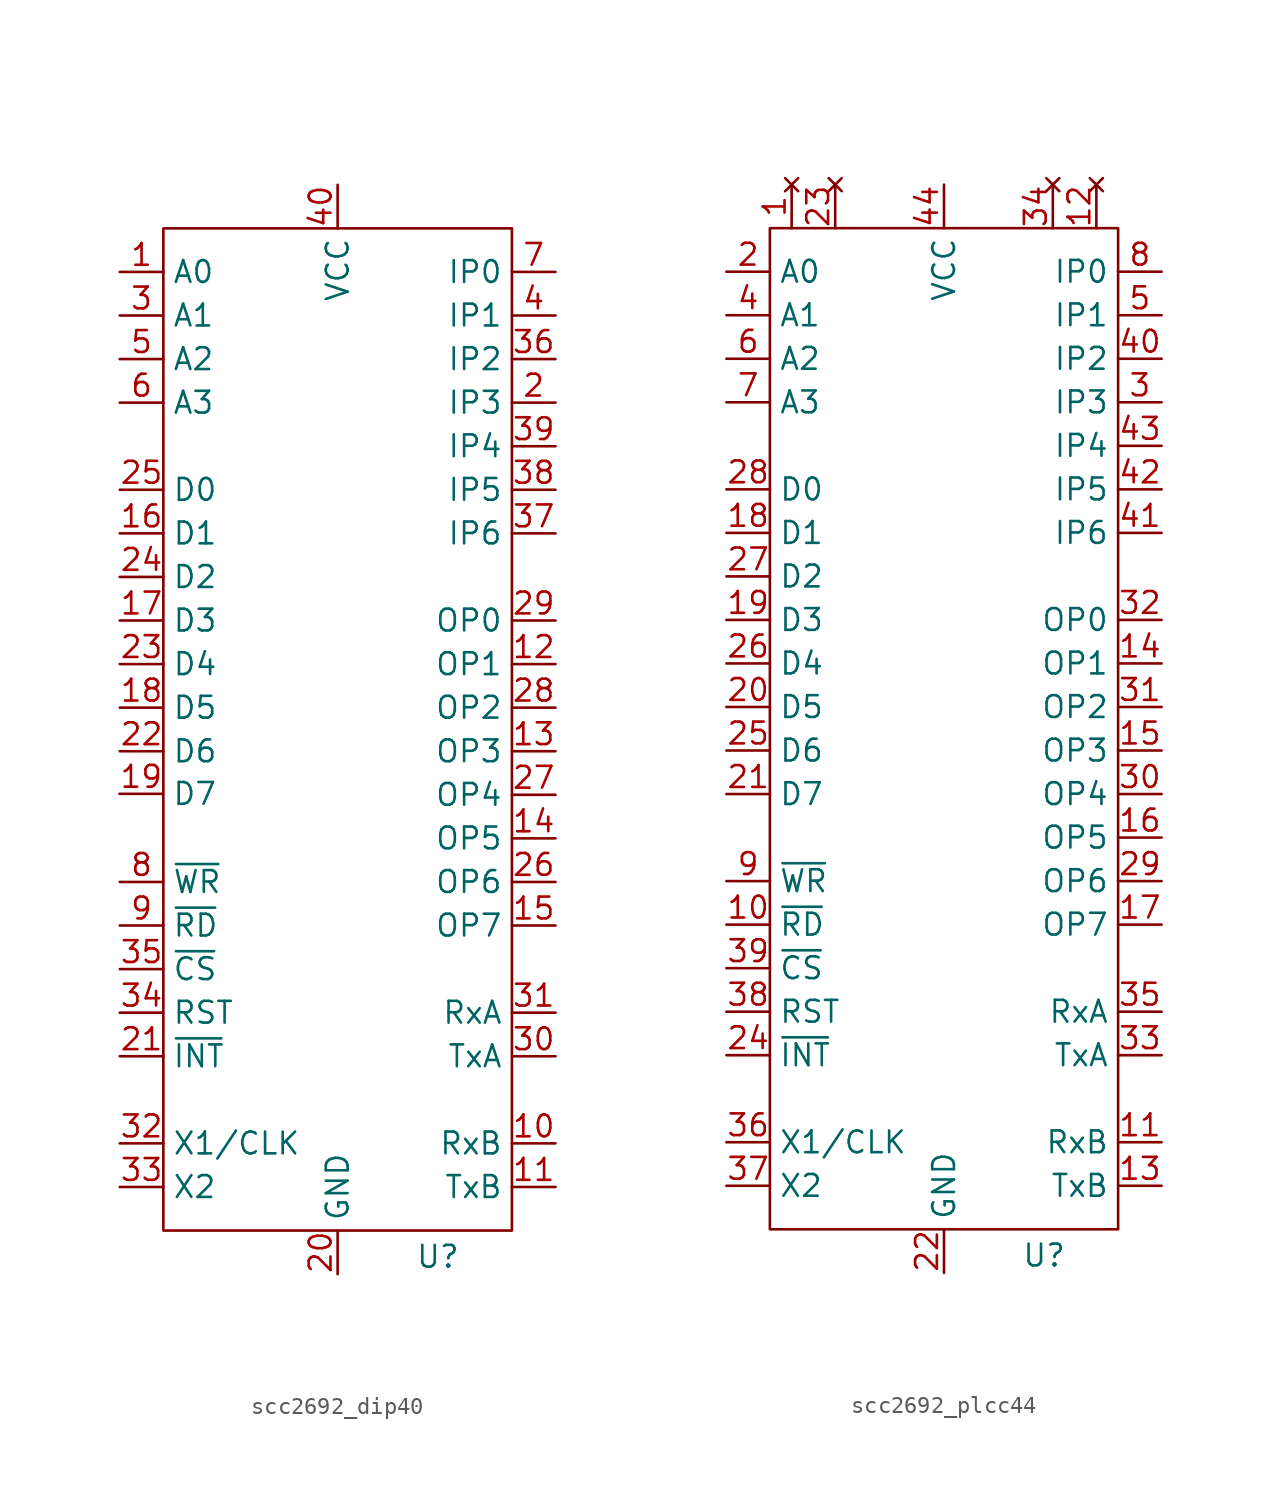
<source format=kicad_sym>
(kicad_symbol_lib
  (version 20231120)
  (generator "kicad_symbol_editor")
  (generator_version "8.0")
  (symbol "scc2692_dip40"
    (property "Reference" "U"
      (at 5.842 -0.254 0)
      (effects (font (size 1.27 1.27))))
    (property "Value" ""
      (at 0 0 0)
      (effects (font (size 1.27 1.27))))
    (symbol "scc2692_dip40_0_1"
      (rectangle (start -10.16 59.69) (end 10.16 1.27) (stroke (width 0) (type default)) (fill (type none))))
    (symbol "scc2692_dip40_1_1"
      (pin input line (at -12.7 57.15 0) (length 2.54) (name "A0" (effects (font (size 1.27 1.27)))) (number "1" (effects (font (size 1.27 1.27)))))
      (pin input line (at 12.7 6.35 180) (length 2.54) (name "RxB" (effects (font (size 1.27 1.27)))) (number "10" (effects (font (size 1.27 1.27)))))
      (pin output line (at 12.7 3.81 180) (length 2.54) (name "TxB" (effects (font (size 1.27 1.27)))) (number "11" (effects (font (size 1.27 1.27)))))
      (pin output line (at 12.7 34.29 180) (length 2.54) (name "OP1" (effects (font (size 1.27 1.27)))) (number "12" (effects (font (size 1.27 1.27)))))
      (pin output line (at 12.7 29.21 180) (length 2.54) (name "OP3" (effects (font (size 1.27 1.27)))) (number "13" (effects (font (size 1.27 1.27)))))
      (pin output line (at 12.7 24.13 180) (length 2.54) (name "OP5" (effects (font (size 1.27 1.27)))) (number "14" (effects (font (size 1.27 1.27)))))
      (pin output line (at 12.7 19.05 180) (length 2.54) (name "OP7" (effects (font (size 1.27 1.27)))) (number "15" (effects (font (size 1.27 1.27)))))
      (pin bidirectional line (at -12.7 41.91 0) (length 2.54) (name "D1" (effects (font (size 1.27 1.27)))) (number "16" (effects (font (size 1.27 1.27)))))
      (pin bidirectional line (at -12.7 36.83 0) (length 2.54) (name "D3" (effects (font (size 1.27 1.27)))) (number "17" (effects (font (size 1.27 1.27)))))
      (pin bidirectional line (at -12.7 31.75 0) (length 2.54) (name "D5" (effects (font (size 1.27 1.27)))) (number "18" (effects (font (size 1.27 1.27)))))
      (pin bidirectional line (at -12.715 26.727 0) (length 2.54) (name "D7" (effects (font (size 1.27 1.27)))) (number "19" (effects (font (size 1.27 1.27)))))
      (pin input line (at 12.7 49.53 180) (length 2.54) (name "IP3" (effects (font (size 1.27 1.27)))) (number "2" (effects (font (size 1.27 1.27)))))
      (pin power_in line (at 0 -1.27 90) (length 2.54) (name "GND" (effects (font (size 1.27 1.27)))) (number "20" (effects (font (size 1.27 1.27)))))
      (pin output line (at -12.7 11.43 0) (length 2.54) (name "~{INT}" (effects (font (size 1.27 1.27)))) (number "21" (effects (font (size 1.27 1.27)))))
      (pin bidirectional line (at -12.7 29.21 0) (length 2.54) (name "D6" (effects (font (size 1.27 1.27)))) (number "22" (effects (font (size 1.27 1.27)))))
      (pin bidirectional line (at -12.7 34.29 0) (length 2.54) (name "D4" (effects (font (size 1.27 1.27)))) (number "23" (effects (font (size 1.27 1.27)))))
      (pin bidirectional line (at -12.7 39.37 0) (length 2.54) (name "D2" (effects (font (size 1.27 1.27)))) (number "24" (effects (font (size 1.27 1.27)))))
      (pin bidirectional line (at -12.7 44.45 0) (length 2.54) (name "D0" (effects (font (size 1.27 1.27)))) (number "25" (effects (font (size 1.27 1.27)))))
      (pin output line (at 12.7 21.59 180) (length 2.54) (name "OP6" (effects (font (size 1.27 1.27)))) (number "26" (effects (font (size 1.27 1.27)))))
      (pin output line (at 12.7 26.67 180) (length 2.54) (name "OP4" (effects (font (size 1.27 1.27)))) (number "27" (effects (font (size 1.27 1.27)))))
      (pin output line (at 12.7 31.75 180) (length 2.54) (name "OP2" (effects (font (size 1.27 1.27)))) (number "28" (effects (font (size 1.27 1.27)))))
      (pin output line (at 12.7 36.83 180) (length 2.54) (name "OP0" (effects (font (size 1.27 1.27)))) (number "29" (effects (font (size 1.27 1.27)))))
      (pin input line (at -12.7 54.61 0) (length 2.54) (name "A1" (effects (font (size 1.27 1.27)))) (number "3" (effects (font (size 1.27 1.27)))))
      (pin output line (at 12.7 11.43 180) (length 2.54) (name "TxA" (effects (font (size 1.27 1.27)))) (number "30" (effects (font (size 1.27 1.27)))))
      (pin input line (at 12.7 13.97 180) (length 2.54) (name "RxA" (effects (font (size 1.27 1.27)))) (number "31" (effects (font (size 1.27 1.27)))))
      (pin input line (at -12.7 6.35 0) (length 2.54) (name "X1/CLK" (effects (font (size 1.27 1.27)))) (number "32" (effects (font (size 1.27 1.27)))))
      (pin input line (at -12.7 3.81 0) (length 2.54) (name "X2" (effects (font (size 1.27 1.27)))) (number "33" (effects (font (size 1.27 1.27)))))
      (pin input line (at -12.7 13.97 0) (length 2.54) (name "RST" (effects (font (size 1.27 1.27)))) (number "34" (effects (font (size 1.27 1.27)))))
      (pin input line (at -12.7 16.51 0) (length 2.54) (name "~{CS}" (effects (font (size 1.27 1.27)))) (number "35" (effects (font (size 1.27 1.27)))))
      (pin input line (at 12.7 52.07 180) (length 2.54) (name "IP2" (effects (font (size 1.27 1.27)))) (number "36" (effects (font (size 1.27 1.27)))))
      (pin bidirectional line (at 12.7 41.91 180) (length 2.54) (name "IP6" (effects (font (size 1.27 1.27)))) (number "37" (effects (font (size 1.27 1.27)))))
      (pin bidirectional line (at 12.7 44.45 180) (length 2.54) (name "IP5" (effects (font (size 1.27 1.27)))) (number "38" (effects (font (size 1.27 1.27)))))
      (pin bidirectional line (at 12.7 46.99 180) (length 2.54) (name "IP4" (effects (font (size 1.27 1.27)))) (number "39" (effects (font (size 1.27 1.27)))))
      (pin input line (at 12.7 54.61 180) (length 2.54) (name "IP1" (effects (font (size 1.27 1.27)))) (number "4" (effects (font (size 1.27 1.27)))))
      (pin power_in line (at 0 62.23 270) (length 2.54) (name "VCC" (effects (font (size 1.27 1.27)))) (number "40" (effects (font (size 1.27 1.27)))))
      (pin input line (at -12.7 52.07 0) (length 2.54) (name "A2" (effects (font (size 1.27 1.27)))) (number "5" (effects (font (size 1.27 1.27)))))
      (pin input line (at -12.7 49.53 0) (length 2.54) (name "A3" (effects (font (size 1.27 1.27)))) (number "6" (effects (font (size 1.27 1.27)))))
      (pin input line (at 12.7 57.15 180) (length 2.54) (name "IP0" (effects (font (size 1.27 1.27)))) (number "7" (effects (font (size 1.27 1.27)))))
      (pin input line (at -12.7 21.59 0) (length 2.54) (name "~{WR}" (effects (font (size 1.27 1.27)))) (number "8" (effects (font (size 1.27 1.27)))))
      (pin input line (at -12.7 19.05 0) (length 2.54) (name "~{RD}" (effects (font (size 1.27 1.27)))) (number "9" (effects (font (size 1.27 1.27)))))))
  (symbol "scc2692_plcc44"
    (property "Reference" "U"
      (at 5.842 -0.254 0)
      (effects (font (size 1.27 1.27))))
    (property "Value" ""
      (at 0 0 0)
      (effects (font (size 1.27 1.27))))
    (symbol "scc2692_plcc44_0_1"
      (rectangle (start -10.16 59.69) (end 10.16 1.27) (stroke (width 0) (type default)) (fill (type none))))
    (symbol "scc2692_plcc44_1_1"
      (pin no_connect line (at -8.89 62.23 270) (length 2.54) (name "" (effects (font (size 1.27 1.27)))) (number "1" (effects (font (size 1.27 1.27)))))
      (pin input line (at -12.7 19.05 0) (length 2.54) (name "~{RD}" (effects (font (size 1.27 1.27)))) (number "10" (effects (font (size 1.27 1.27)))))
      (pin input line (at 12.7 6.35 180) (length 2.54) (name "RxB" (effects (font (size 1.27 1.27)))) (number "11" (effects (font (size 1.27 1.27)))))
      (pin no_connect line (at 8.89 62.23 270) (length 2.54) (name "" (effects (font (size 1.27 1.27)))) (number "12" (effects (font (size 1.27 1.27)))))
      (pin output line (at 12.7 3.81 180) (length 2.54) (name "TxB" (effects (font (size 1.27 1.27)))) (number "13" (effects (font (size 1.27 1.27)))))
      (pin output line (at 12.7 34.29 180) (length 2.54) (name "OP1" (effects (font (size 1.27 1.27)))) (number "14" (effects (font (size 1.27 1.27)))))
      (pin output line (at 12.7 29.21 180) (length 2.54) (name "OP3" (effects (font (size 1.27 1.27)))) (number "15" (effects (font (size 1.27 1.27)))))
      (pin output line (at 12.7 24.13 180) (length 2.54) (name "OP5" (effects (font (size 1.27 1.27)))) (number "16" (effects (font (size 1.27 1.27)))))
      (pin output line (at 12.7 19.05 180) (length 2.54) (name "OP7" (effects (font (size 1.27 1.27)))) (number "17" (effects (font (size 1.27 1.27)))))
      (pin bidirectional line (at -12.7 41.91 0) (length 2.54) (name "D1" (effects (font (size 1.27 1.27)))) (number "18" (effects (font (size 1.27 1.27)))))
      (pin bidirectional line (at -12.7 36.83 0) (length 2.54) (name "D3" (effects (font (size 1.27 1.27)))) (number "19" (effects (font (size 1.27 1.27)))))
      (pin input line (at -12.7 57.15 0) (length 2.54) (name "A0" (effects (font (size 1.27 1.27)))) (number "2" (effects (font (size 1.27 1.27)))))
      (pin bidirectional line (at -12.7 31.75 0) (length 2.54) (name "D5" (effects (font (size 1.27 1.27)))) (number "20" (effects (font (size 1.27 1.27)))))
      (pin bidirectional line (at -12.7 26.67 0) (length 2.54) (name "D7" (effects (font (size 1.27 1.27)))) (number "21" (effects (font (size 1.27 1.27)))))
      (pin power_in line (at 0 -1.27 90) (length 2.54) (name "GND" (effects (font (size 1.27 1.27)))) (number "22" (effects (font (size 1.27 1.27)))))
      (pin no_connect line (at -6.35 62.23 270) (length 2.54) (name "" (effects (font (size 1.27 1.27)))) (number "23" (effects (font (size 1.27 1.27)))))
      (pin output line (at -12.7 11.43 0) (length 2.54) (name "~{INT}" (effects (font (size 1.27 1.27)))) (number "24" (effects (font (size 1.27 1.27)))))
      (pin bidirectional line (at -12.7 29.21 0) (length 2.54) (name "D6" (effects (font (size 1.27 1.27)))) (number "25" (effects (font (size 1.27 1.27)))))
      (pin bidirectional line (at -12.7 34.29 0) (length 2.54) (name "D4" (effects (font (size 1.27 1.27)))) (number "26" (effects (font (size 1.27 1.27)))))
      (pin bidirectional line (at -12.7 39.37 0) (length 2.54) (name "D2" (effects (font (size 1.27 1.27)))) (number "27" (effects (font (size 1.27 1.27)))))
      (pin bidirectional line (at -12.7 44.45 0) (length 2.54) (name "D0" (effects (font (size 1.27 1.27)))) (number "28" (effects (font (size 1.27 1.27)))))
      (pin output line (at 12.7 21.59 180) (length 2.54) (name "OP6" (effects (font (size 1.27 1.27)))) (number "29" (effects (font (size 1.27 1.27)))))
      (pin input line (at 12.7 49.53 180) (length 2.54) (name "IP3" (effects (font (size 1.27 1.27)))) (number "3" (effects (font (size 1.27 1.27)))))
      (pin output line (at 12.7 26.67 180) (length 2.54) (name "OP4" (effects (font (size 1.27 1.27)))) (number "30" (effects (font (size 1.27 1.27)))))
      (pin output line (at 12.7 31.75 180) (length 2.54) (name "OP2" (effects (font (size 1.27 1.27)))) (number "31" (effects (font (size 1.27 1.27)))))
      (pin output line (at 12.7 36.83 180) (length 2.54) (name "OP0" (effects (font (size 1.27 1.27)))) (number "32" (effects (font (size 1.27 1.27)))))
      (pin output line (at 12.7 11.43 180) (length 2.54) (name "TxA" (effects (font (size 1.27 1.27)))) (number "33" (effects (font (size 1.27 1.27)))))
      (pin no_connect line (at 6.35 62.23 270) (length 2.54) (name "" (effects (font (size 1.27 1.27)))) (number "34" (effects (font (size 1.27 1.27)))))
      (pin input line (at 12.7 13.97 180) (length 2.54) (name "RxA" (effects (font (size 1.27 1.27)))) (number "35" (effects (font (size 1.27 1.27)))))
      (pin input line (at -12.7 6.35 0) (length 2.54) (name "X1/CLK" (effects (font (size 1.27 1.27)))) (number "36" (effects (font (size 1.27 1.27)))))
      (pin input line (at -12.7 3.81 0) (length 2.54) (name "X2" (effects (font (size 1.27 1.27)))) (number "37" (effects (font (size 1.27 1.27)))))
      (pin input line (at -12.7 13.97 0) (length 2.54) (name "RST" (effects (font (size 1.27 1.27)))) (number "38" (effects (font (size 1.27 1.27)))))
      (pin input line (at -12.7 16.51 0) (length 2.54) (name "~{CS}" (effects (font (size 1.27 1.27)))) (number "39" (effects (font (size 1.27 1.27)))))
      (pin input line (at -12.7 54.61 0) (length 2.54) (name "A1" (effects (font (size 1.27 1.27)))) (number "4" (effects (font (size 1.27 1.27)))))
      (pin input line (at 12.7 52.07 180) (length 2.54) (name "IP2" (effects (font (size 1.27 1.27)))) (number "40" (effects (font (size 1.27 1.27)))))
      (pin bidirectional line (at 12.7 41.91 180) (length 2.54) (name "IP6" (effects (font (size 1.27 1.27)))) (number "41" (effects (font (size 1.27 1.27)))))
      (pin bidirectional line (at 12.7 44.45 180) (length 2.54) (name "IP5" (effects (font (size 1.27 1.27)))) (number "42" (effects (font (size 1.27 1.27)))))
      (pin bidirectional line (at 12.7 46.99 180) (length 2.54) (name "IP4" (effects (font (size 1.27 1.27)))) (number "43" (effects (font (size 1.27 1.27)))))
      (pin power_in line (at 0 62.23 270) (length 2.54) (name "VCC" (effects (font (size 1.27 1.27)))) (number "44" (effects (font (size 1.27 1.27)))))
      (pin input line (at 12.7 54.61 180) (length 2.54) (name "IP1" (effects (font (size 1.27 1.27)))) (number "5" (effects (font (size 1.27 1.27)))))
      (pin input line (at -12.7 52.07 0) (length 2.54) (name "A2" (effects (font (size 1.27 1.27)))) (number "6" (effects (font (size 1.27 1.27)))))
      (pin input line (at -12.7 49.53 0) (length 2.54) (name "A3" (effects (font (size 1.27 1.27)))) (number "7" (effects (font (size 1.27 1.27)))))
      (pin input line (at 12.7 57.15 180) (length 2.54) (name "IP0" (effects (font (size 1.27 1.27)))) (number "8" (effects (font (size 1.27 1.27)))))
      (pin input line (at -12.7 21.59 0) (length 2.54) (name "~{WR}" (effects (font (size 1.27 1.27)))) (number "9" (effects (font (size 1.27 1.27))))))))
</source>
